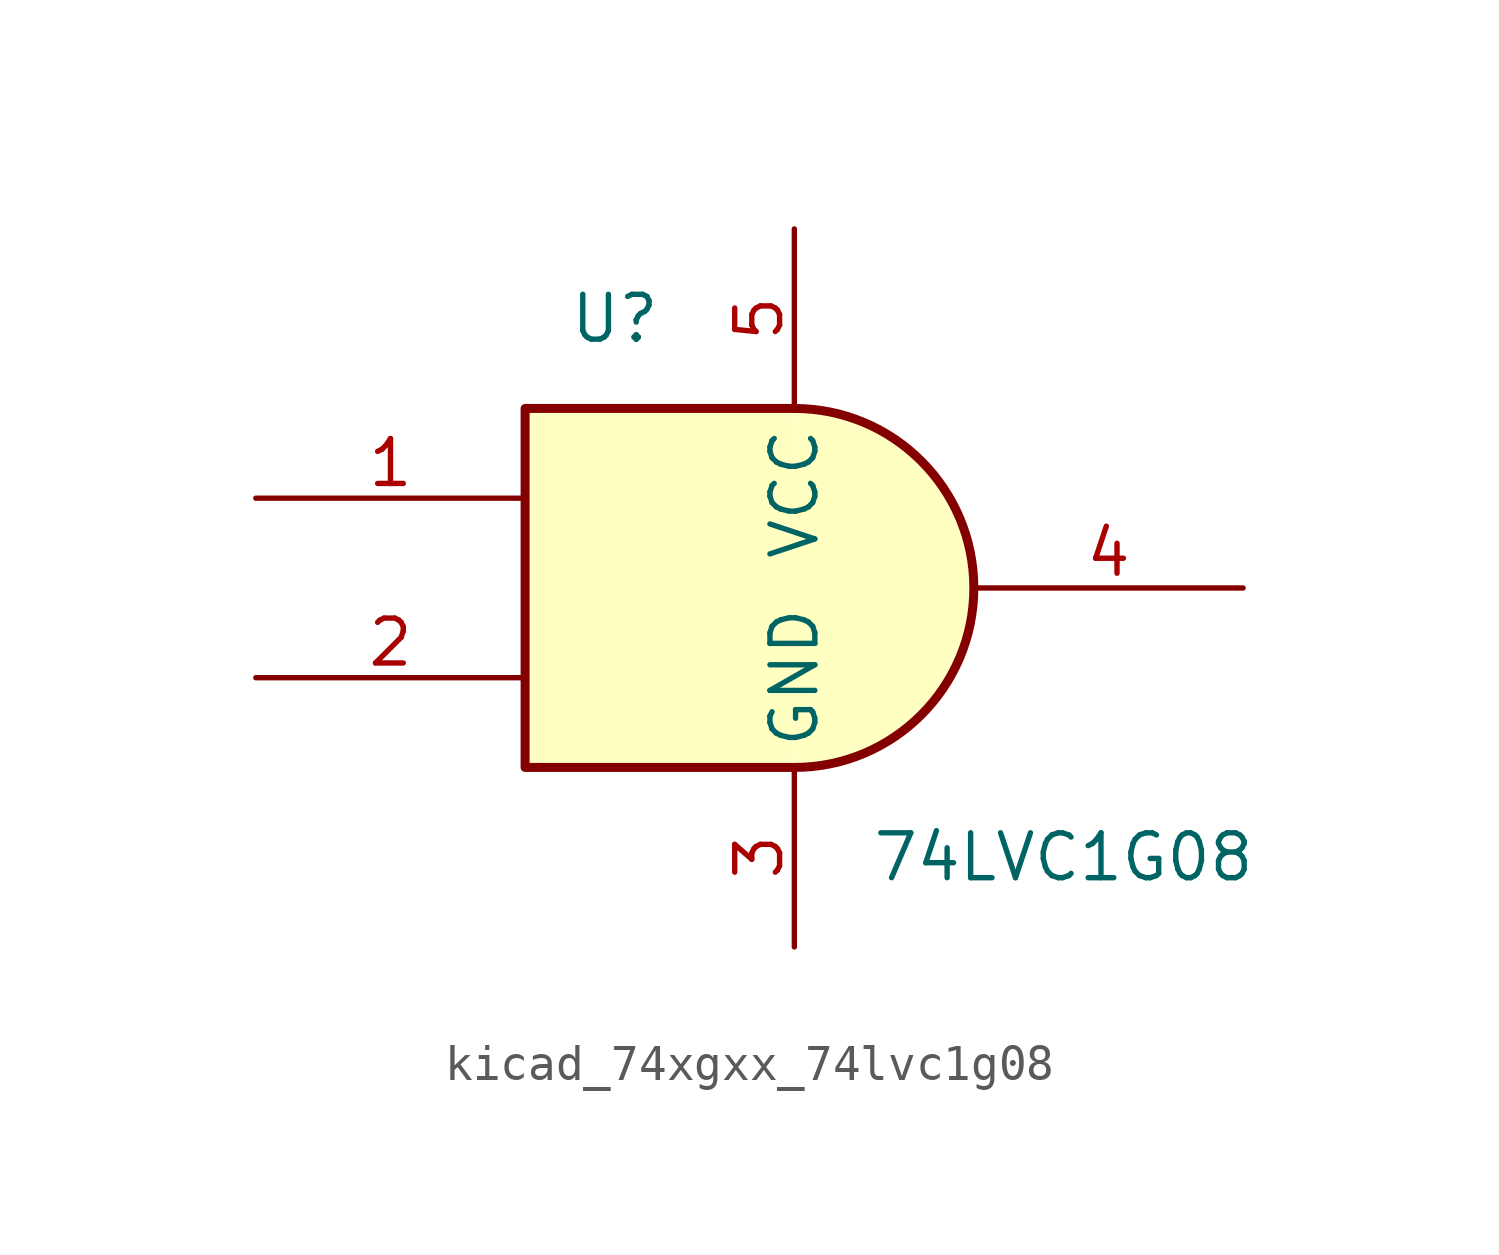
<source format=kicad_sym>
(kicad_symbol_lib
  (version 20220914)
  (generator kicad_symbol_editor)
  (symbol "kicad_74xgxx_74lvc1g08"
    (property "Reference" "U"
      (at -5.08 7.62 0)
      (effects (font (size 1.27 1.27))))
    (property "Value" "74LVC1G08"
      (at 7.62 -7.62 0)
      (effects (font (size 1.27 1.27))))
    (symbol "kicad_74xgxx_74lvc1g08_0_1"
      (arc (start 0 -5.08) (mid 5.0579 0) (end 0 5.08) (stroke (width 0.254) (type default)) (fill (type background)))
      (polyline (pts (xy 0 -5.08) (xy -7.62 -5.08) (xy -7.62 5.08) (xy 0 5.08)) (stroke (width 0.254) (type default)) (fill (type background))))
    (symbol "kicad_74xgxx_74lvc1g08_1_1"
      (pin input line (at -15.24 2.54 0) (length 7.62) (name "~" (effects (font (size 1.27 1.27)))) (number "1" (effects (font (size 1.27 1.27)))))
      (pin input line (at -15.24 -2.54 0) (length 7.62) (name "~" (effects (font (size 1.27 1.27)))) (number "2" (effects (font (size 1.27 1.27)))))
      (pin power_in line (at 0 -10.16 90) (length 5.08) (name "GND" (effects (font (size 1.27 1.27)))) (number "3" (effects (font (size 1.27 1.27)))))
      (pin output line (at 12.7 0 180) (length 7.62) (name "~" (effects (font (size 1.27 1.27)))) (number "4" (effects (font (size 1.27 1.27)))))
      (pin power_in line (at 0 10.16 270) (length 5.08) (name "VCC" (effects (font (size 1.27 1.27)))) (number "5" (effects (font (size 1.27 1.27))))))))
</source>
